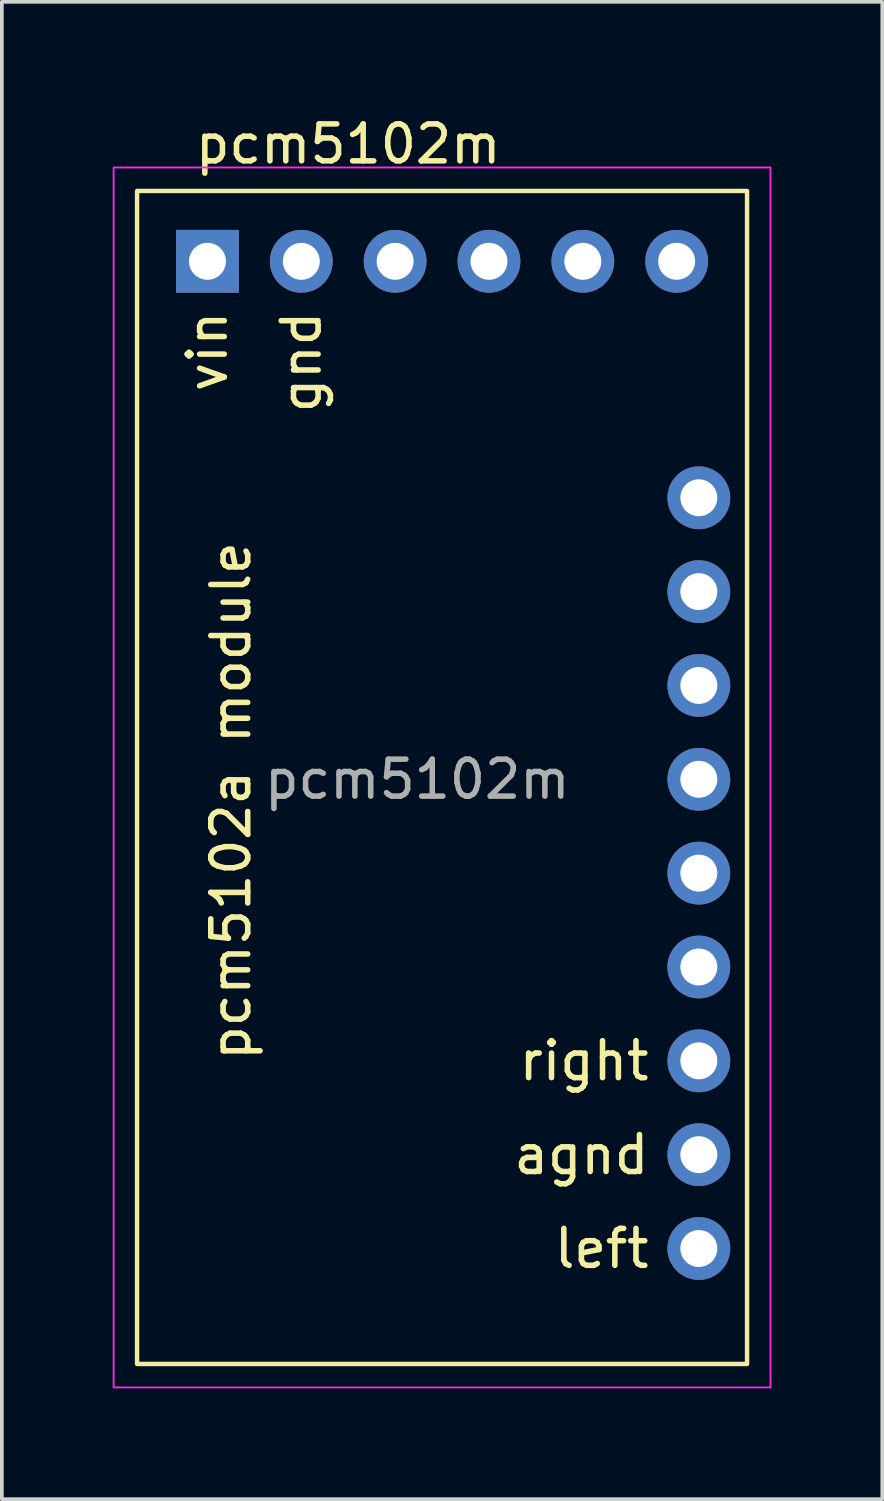
<source format=kicad_pcb>
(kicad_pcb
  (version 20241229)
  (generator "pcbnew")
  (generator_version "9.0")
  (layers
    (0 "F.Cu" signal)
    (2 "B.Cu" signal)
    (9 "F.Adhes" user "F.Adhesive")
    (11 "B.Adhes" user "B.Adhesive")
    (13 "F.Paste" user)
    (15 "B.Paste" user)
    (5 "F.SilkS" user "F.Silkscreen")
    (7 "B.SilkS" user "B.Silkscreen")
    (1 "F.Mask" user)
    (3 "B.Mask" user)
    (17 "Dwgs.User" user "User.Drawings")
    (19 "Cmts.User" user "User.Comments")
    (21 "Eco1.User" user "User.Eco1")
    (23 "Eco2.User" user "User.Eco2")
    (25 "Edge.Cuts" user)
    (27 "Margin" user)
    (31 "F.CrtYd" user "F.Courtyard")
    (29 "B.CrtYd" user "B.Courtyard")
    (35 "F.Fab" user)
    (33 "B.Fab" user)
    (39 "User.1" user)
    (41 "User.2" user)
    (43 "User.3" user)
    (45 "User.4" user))
  (footprint "pcm5102m"
    (layer "F.Cu")
    (at 2.565 4.023)
    (property "Reference" "pcm5102m" (at 3.81 -3.175 0) (unlocked yes) (layer "F.SilkS") (effects (font (size 1 1) (thickness 0.15))))
    (attr through_hole)
    (fp_rect (start -1.905 -1.905) (end 14.605 29.845) (stroke (width 0.12) (type solid)) (fill no) (layer "F.SilkS"))
    (fp_rect (start -2.54 -2.54) (end 15.24 30.48) (stroke (width 0.05) (type solid)) (fill no) (layer "F.CrtYd"))
    (fp_text user "left" (at 12.03 26.72 0) (unlocked yes) (layer "F.SilkS") (effects (font (size 1 1) (thickness 0.15)) (justify right)))
    (fp_text user "vin" (at 0 1.27 90) (unlocked yes) (layer "F.SilkS") (effects (font (size 1 1) (thickness 0.15)) (justify right)))
    (fp_text user "right" (at 12.03 21.64 0) (unlocked yes) (layer "F.SilkS") (effects (font (size 1 1) (thickness 0.15)) (justify right)))
    (fp_text user "pcm5102a module" (at 0.635 14.605 90) (unlocked yes) (layer "F.SilkS") (effects (font (size 1 1) (thickness 0.15))))
    (fp_text user "agnd" (at 12.03 24.18 0) (unlocked yes) (layer "F.SilkS") (effects (font (size 1 1) (thickness 0.15)) (justify right)))
    (fp_text user "gnd" (at 2.54 1.27 90) (unlocked yes) (layer "F.SilkS") (effects (font (size 1 1) (thickness 0.15)) (justify right)))
    (fp_text user "${REFERENCE}" (at 5.68 14.02 0) (unlocked yes) (layer "F.Fab") (effects (font (size 1 1) (thickness 0.15))))
    (pad "1" thru_hole rect (at 0 0) (size 1.7 1.7) (drill 1) (layers "*.Cu" "*.Mask"))
    (pad "2" thru_hole circle (at 2.54 0) (size 1.7 1.7) (drill 1) (layers "*.Cu" "*.Mask"))
    (pad "3" thru_hole circle (at 5.08 0) (size 1.7 1.7) (drill 1) (layers "*.Cu" "*.Mask"))
    (pad "4" thru_hole circle (at 7.62 0) (size 1.7 1.7) (drill 1) (layers "*.Cu" "*.Mask"))
    (pad "5" thru_hole circle (at 10.16 0) (size 1.7 1.7) (drill 1) (layers "*.Cu" "*.Mask"))
    (pad "6" thru_hole circle (at 12.7 0) (size 1.7 1.7) (drill 1) (layers "*.Cu" "*.Mask"))
    (pad "7" thru_hole circle (at 13.3 6.4) (size 1.7 1.7) (drill 1) (layers "*.Cu" "*.Mask"))
    (pad "8" thru_hole circle (at 13.3 8.94) (size 1.7 1.7) (drill 1) (layers "*.Cu" "*.Mask"))
    (pad "9" thru_hole circle (at 13.3 11.48) (size 1.7 1.7) (drill 1) (layers "*.Cu" "*.Mask"))
    (pad "10" thru_hole circle (at 13.3 14.02) (size 1.7 1.7) (drill 1) (layers "*.Cu" "*.Mask"))
    (pad "11" thru_hole circle (at 13.3 16.56) (size 1.7 1.7) (drill 1) (layers "*.Cu" "*.Mask"))
    (pad "12" thru_hole circle (at 13.3 19.1) (size 1.7 1.7) (drill 1) (layers "*.Cu" "*.Mask"))
    (pad "13" thru_hole circle (at 13.3 21.64) (size 1.7 1.7) (drill 1) (layers "*.Cu" "*.Mask"))
    (pad "14" thru_hole circle (at 13.3 24.18) (size 1.7 1.7) (drill 1) (layers "*.Cu" "*.Mask"))
    (pad "15" thru_hole circle (at 13.3 26.72) (size 1.7 1.7) (drill 1) (layers "*.Cu" "*.Mask")))
  (gr_rect
    (start -3 -3)
    (end 20.83 37.528)
    (stroke (width 0.1) (type default))
    (fill no)
    (layer "Edge.Cuts")))
</source>
